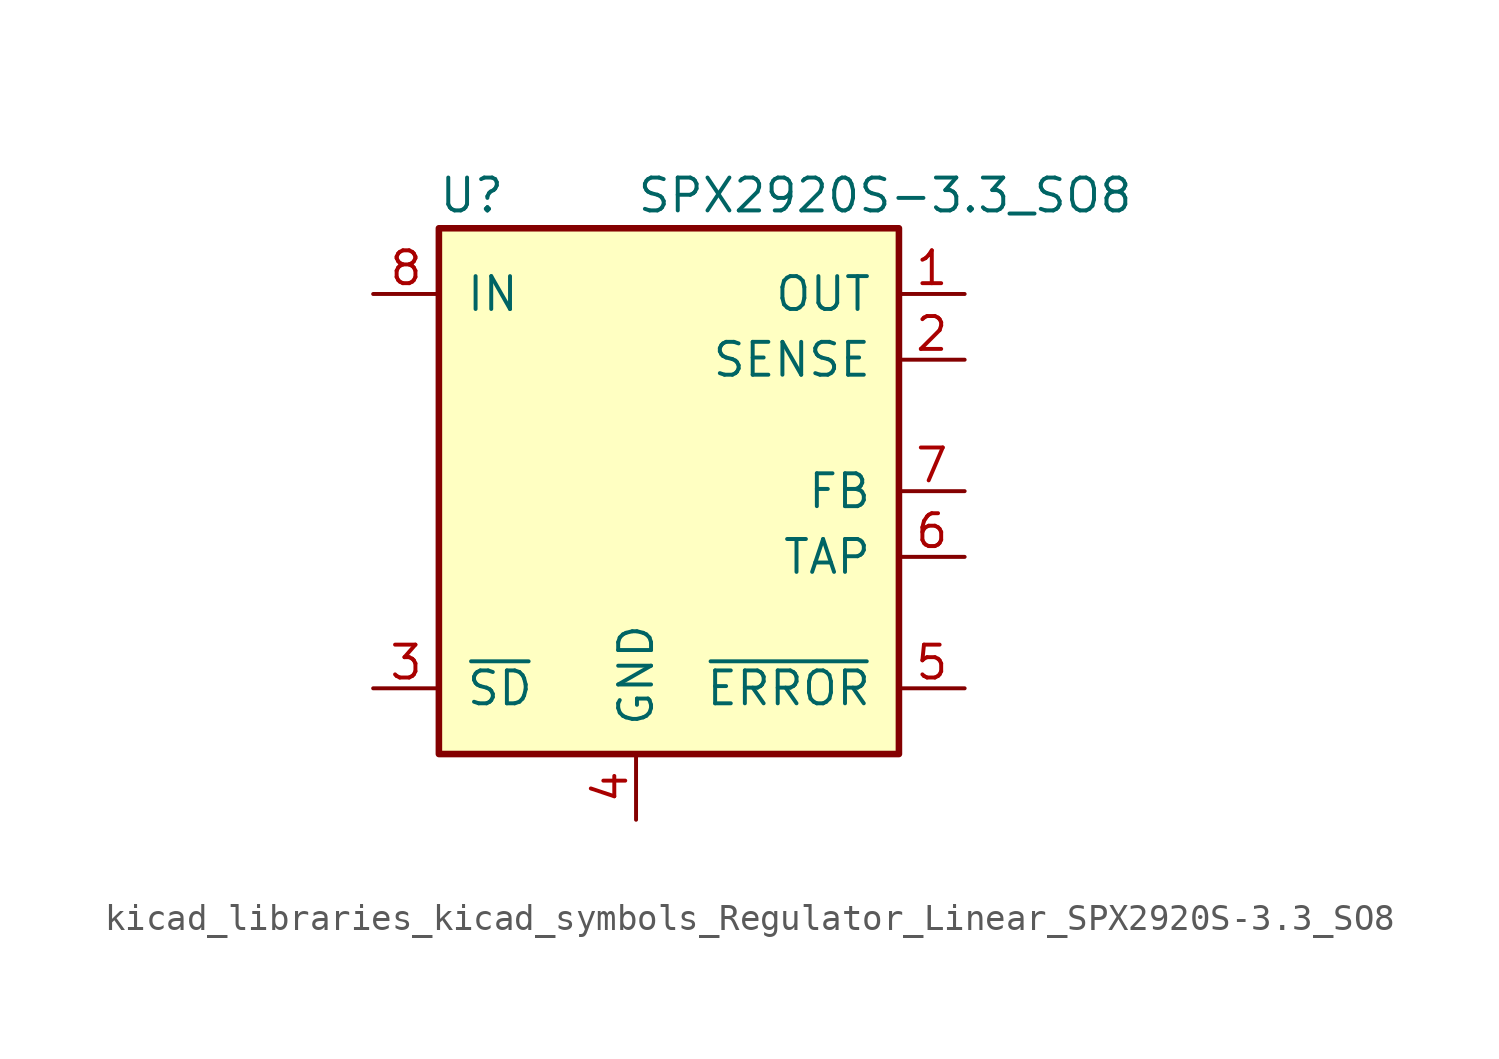
<source format=kicad_sym>
(kicad_symbol_lib
  (version 20220914)
  (generator kicad_symbol_editor)
  (symbol "kicad_libraries_kicad_symbols_Regulator_Linear_SPX2920S-3.3_SO8"
    (pin_names
      (offset 1.016))
    (property "Reference" "U"
      (at -6.35 3.81 0)
      (effects (font (size 1.27 1.27))))
    (property "Value" "SPX2920S-3.3_SO8"
      (at 0 3.81 0)
      (effects (font (size 1.27 1.27)) (justify left)))
    (symbol "kicad_libraries_kicad_symbols_Regulator_Linear_SPX2920S-3.3_SO8_0_1"
      (rectangle (start -7.62 2.54) (end 10.16 -17.78) (stroke (width 0.254) (type default)) (fill (type background))))
    (symbol "kicad_libraries_kicad_symbols_Regulator_Linear_SPX2920S-3.3_SO8_1_1"
      (pin power_out line (at 12.7 0 180) (length 2.54) (name "OUT" (effects (font (size 1.27 1.27)))) (number "1" (effects (font (size 1.27 1.27)))))
      (pin passive line (at 12.7 -2.54 180) (length 2.54) (name "SENSE" (effects (font (size 1.27 1.27)))) (number "2" (effects (font (size 1.27 1.27)))))
      (pin input line (at -10.16 -15.24 0) (length 2.54) (name "~{SD}" (effects (font (size 1.27 1.27)))) (number "3" (effects (font (size 1.27 1.27)))))
      (pin power_in line (at 0 -20.32 90) (length 2.54) (name "GND" (effects (font (size 1.27 1.27)))) (number "4" (effects (font (size 1.27 1.27)))))
      (pin output line (at 12.7 -15.24 180) (length 2.54) (name "~{ERROR}" (effects (font (size 1.27 1.27)))) (number "5" (effects (font (size 1.27 1.27)))))
      (pin passive line (at 12.7 -10.16 180) (length 2.54) (name "TAP" (effects (font (size 1.27 1.27)))) (number "6" (effects (font (size 1.27 1.27)))))
      (pin passive line (at 12.7 -7.62 180) (length 2.54) (name "FB" (effects (font (size 1.27 1.27)))) (number "7" (effects (font (size 1.27 1.27)))))
      (pin power_in line (at -10.16 0 0) (length 2.54) (name "IN" (effects (font (size 1.27 1.27)))) (number "8" (effects (font (size 1.27 1.27))))))))
</source>
